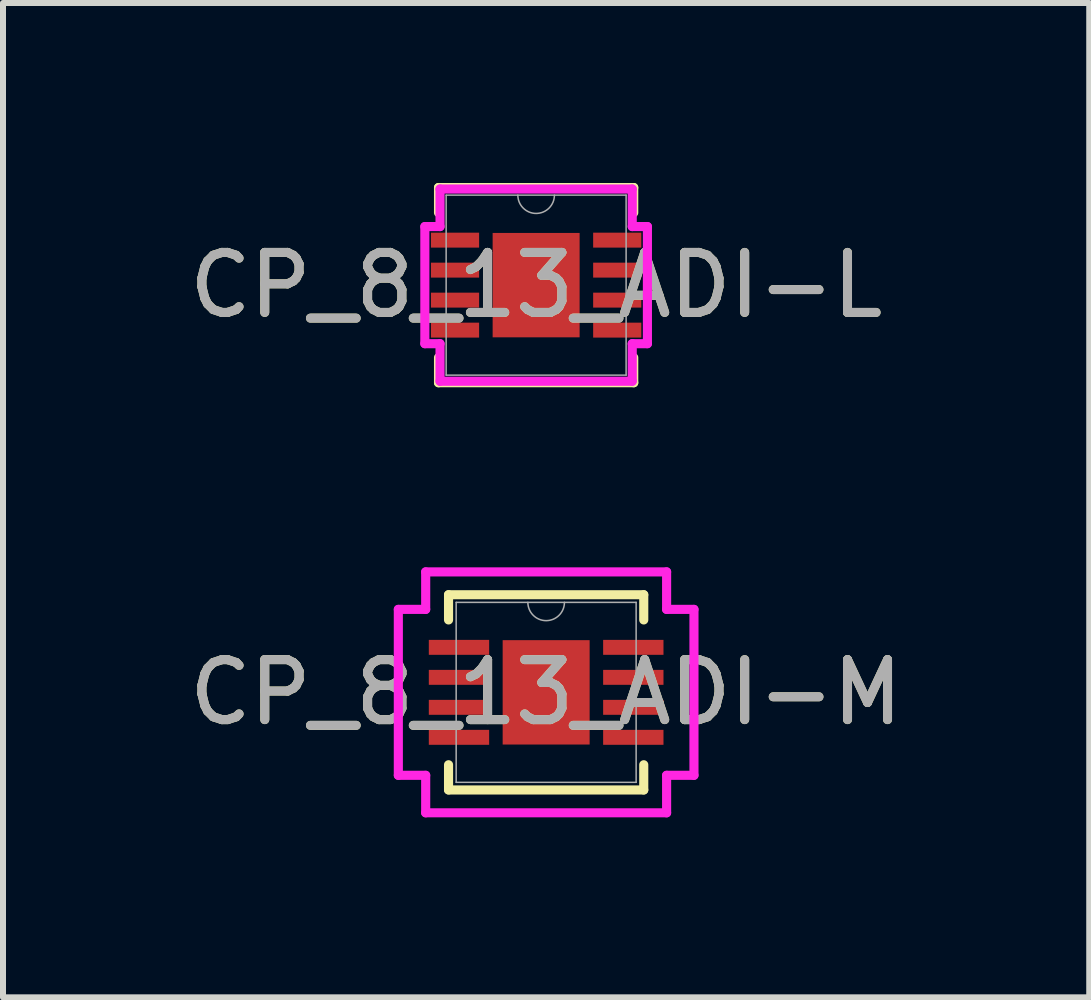
<source format=kicad_pcb>
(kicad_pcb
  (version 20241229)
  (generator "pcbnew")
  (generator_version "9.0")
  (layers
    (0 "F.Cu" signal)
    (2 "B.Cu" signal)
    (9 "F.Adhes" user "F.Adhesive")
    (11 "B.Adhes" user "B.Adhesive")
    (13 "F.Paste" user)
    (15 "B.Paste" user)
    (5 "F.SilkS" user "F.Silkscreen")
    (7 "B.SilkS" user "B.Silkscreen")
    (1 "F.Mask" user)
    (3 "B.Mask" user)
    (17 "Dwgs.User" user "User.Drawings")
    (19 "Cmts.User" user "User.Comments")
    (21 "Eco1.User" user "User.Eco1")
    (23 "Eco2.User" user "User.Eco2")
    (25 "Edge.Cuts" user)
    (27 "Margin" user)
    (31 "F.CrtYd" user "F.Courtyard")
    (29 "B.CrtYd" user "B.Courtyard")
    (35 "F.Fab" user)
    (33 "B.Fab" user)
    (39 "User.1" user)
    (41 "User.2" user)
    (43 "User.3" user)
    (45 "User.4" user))
  (footprint "CP_8_13_ADI-L"
    (layer "F.Cu")
    (at 5.887 1.703)
    (property "Reference" "CP_8_13_ADI-L" (at 0 0 0) (unlocked yes) (layer "F.SilkS") (effects (font (size 1 1) (thickness 0.15))))
    (attr smd)
    (fp_line (start -1.627 -1.627) (end -1.627 -1.207) (stroke (width 0.152) (type solid)) (layer "F.SilkS"))
    (fp_line (start -1.627 1.207) (end -1.627 1.627) (stroke (width 0.152) (type solid)) (layer "F.SilkS"))
    (fp_line (start -1.627 1.627) (end 1.627 1.627) (stroke (width 0.152) (type solid)) (layer "F.SilkS"))
    (fp_line (start 1.627 -1.627) (end -1.627 -1.627) (stroke (width 0.152) (type solid)) (layer "F.SilkS"))
    (fp_line (start 1.627 -1.207) (end 1.627 -1.627) (stroke (width 0.152) (type solid)) (layer "F.SilkS"))
    (fp_line (start 1.627 1.627) (end 1.627 1.207) (stroke (width 0.152) (type solid)) (layer "F.SilkS"))
    (fp_line (start -1.855 -0.976) (end -1.602 -0.976) (stroke (width 0.152) (type solid)) (layer "F.CrtYd"))
    (fp_line (start -1.855 0.976) (end -1.855 -0.976) (stroke (width 0.152) (type solid)) (layer "F.CrtYd"))
    (fp_line (start -1.855 0.976) (end -1.602 0.976) (stroke (width 0.152) (type solid)) (layer "F.CrtYd"))
    (fp_line (start -1.602 -1.602) (end 1.602 -1.602) (stroke (width 0.152) (type solid)) (layer "F.CrtYd"))
    (fp_line (start -1.602 -0.976) (end -1.602 -1.602) (stroke (width 0.152) (type solid)) (layer "F.CrtYd"))
    (fp_line (start -1.602 1.602) (end -1.602 0.976) (stroke (width 0.152) (type solid)) (layer "F.CrtYd"))
    (fp_line (start 1.602 -1.602) (end 1.602 -0.976) (stroke (width 0.152) (type solid)) (layer "F.CrtYd"))
    (fp_line (start 1.602 0.976) (end 1.602 1.602) (stroke (width 0.152) (type solid)) (layer "F.CrtYd"))
    (fp_line (start 1.602 1.602) (end -1.602 1.602) (stroke (width 0.152) (type solid)) (layer "F.CrtYd"))
    (fp_line (start 1.855 -0.976) (end 1.602 -0.976) (stroke (width 0.152) (type solid)) (layer "F.CrtYd"))
    (fp_line (start 1.855 -0.976) (end 1.855 0.976) (stroke (width 0.152) (type solid)) (layer "F.CrtYd"))
    (fp_line (start 1.855 0.976) (end 1.602 0.976) (stroke (width 0.152) (type solid)) (layer "F.CrtYd"))
    (fp_line (start -1.5 -1.5) (end -1.5 1.5) (stroke (width 0.025) (type solid)) (layer "F.Fab"))
    (fp_line (start -1.5 1.5) (end 1.5 1.5) (stroke (width 0.025) (type solid)) (layer "F.Fab"))
    (fp_line (start 1.5 -1.5) (end -1.5 -1.5) (stroke (width 0.025) (type solid)) (layer "F.Fab"))
    (fp_line (start 1.5 1.5) (end 1.5 -1.5) (stroke (width 0.025) (type solid)) (layer "F.Fab"))
    (fp_arc (start 0.3048 -1.5) (mid 0 -1.1952) (end -0.3048 -1.5) (stroke (width 0.0254) (type solid)) (layer "F.Fab"))
    (fp_text user "${REFERENCE}" (at 0 0 0) (unlocked yes) (layer "F.Fab") (effects (font (size 1 1) (thickness 0.15))))
    (pad "1" smd rect (at -1.352 -0.75) (size 0.803 0.249) (layers "F.Cu" "F.Mask" "F.Paste"))
    (pad "2" smd rect (at -1.352 -0.25) (size 0.803 0.249) (layers "F.Cu" "F.Mask" "F.Paste"))
    (pad "3" smd rect (at -1.352 0.25) (size 0.803 0.249) (layers "F.Cu" "F.Mask" "F.Paste"))
    (pad "4" smd rect (at -1.352 0.75) (size 0.803 0.249) (layers "F.Cu" "F.Mask" "F.Paste"))
    (pad "5" smd rect (at 1.352 0.75) (size 0.803 0.249) (layers "F.Cu" "F.Mask" "F.Paste"))
    (pad "6" smd rect (at 1.352 0.25) (size 0.803 0.249) (layers "F.Cu" "F.Mask" "F.Paste"))
    (pad "7" smd rect (at 1.352 -0.25) (size 0.803 0.249) (layers "F.Cu" "F.Mask" "F.Paste"))
    (pad "8" smd rect (at 1.352 -0.75) (size 0.803 0.249) (layers "F.Cu" "F.Mask" "F.Paste"))
    (pad "9" smd rect (at 0 0) (size 1.45 1.74) (layers "F.Cu" "F.Mask" "F.Paste")))
  (footprint "CP_8_13_ADI-M"
    (layer "F.Cu")
    (at 6.054 8.491)
    (property "Reference" "CP_8_13_ADI-M" (at 0 0 0) (unlocked yes) (layer "F.SilkS") (effects (font (size 1 1) (thickness 0.15))))
    (attr smd)
    (fp_line (start -1.627 -1.627) (end -1.627 -1.207) (stroke (width 0.152) (type solid)) (layer "F.SilkS"))
    (fp_line (start -1.627 1.207) (end -1.627 1.627) (stroke (width 0.152) (type solid)) (layer "F.SilkS"))
    (fp_line (start -1.627 1.627) (end 1.627 1.627) (stroke (width 0.152) (type solid)) (layer "F.SilkS"))
    (fp_line (start 1.627 -1.627) (end -1.627 -1.627) (stroke (width 0.152) (type solid)) (layer "F.SilkS"))
    (fp_line (start 1.627 -1.207) (end 1.627 -1.627) (stroke (width 0.152) (type solid)) (layer "F.SilkS"))
    (fp_line (start 1.627 1.627) (end 1.627 1.207) (stroke (width 0.152) (type solid)) (layer "F.SilkS"))
    (fp_line (start -2.464 -1.383) (end -2.008 -1.383) (stroke (width 0.152) (type solid)) (layer "F.CrtYd"))
    (fp_line (start -2.464 1.383) (end -2.464 -1.383) (stroke (width 0.152) (type solid)) (layer "F.CrtYd"))
    (fp_line (start -2.464 1.383) (end -2.008 1.383) (stroke (width 0.152) (type solid)) (layer "F.CrtYd"))
    (fp_line (start -2.008 -2.008) (end 2.008 -2.008) (stroke (width 0.152) (type solid)) (layer "F.CrtYd"))
    (fp_line (start -2.008 -1.383) (end -2.008 -2.008) (stroke (width 0.152) (type solid)) (layer "F.CrtYd"))
    (fp_line (start -2.008 2.008) (end -2.008 1.383) (stroke (width 0.152) (type solid)) (layer "F.CrtYd"))
    (fp_line (start 2.008 -2.008) (end 2.008 -1.383) (stroke (width 0.152) (type solid)) (layer "F.CrtYd"))
    (fp_line (start 2.008 1.383) (end 2.008 2.008) (stroke (width 0.152) (type solid)) (layer "F.CrtYd"))
    (fp_line (start 2.008 2.008) (end -2.008 2.008) (stroke (width 0.152) (type solid)) (layer "F.CrtYd"))
    (fp_line (start 2.464 -1.383) (end 2.008 -1.383) (stroke (width 0.152) (type solid)) (layer "F.CrtYd"))
    (fp_line (start 2.464 -1.383) (end 2.464 1.383) (stroke (width 0.152) (type solid)) (layer "F.CrtYd"))
    (fp_line (start 2.464 1.383) (end 2.008 1.383) (stroke (width 0.152) (type solid)) (layer "F.CrtYd"))
    (fp_line (start -1.5 -1.5) (end -1.5 1.5) (stroke (width 0.025) (type solid)) (layer "F.Fab"))
    (fp_line (start -1.5 1.5) (end 1.5 1.5) (stroke (width 0.025) (type solid)) (layer "F.Fab"))
    (fp_line (start 1.5 -1.5) (end -1.5 -1.5) (stroke (width 0.025) (type solid)) (layer "F.Fab"))
    (fp_line (start 1.5 1.5) (end 1.5 -1.5) (stroke (width 0.025) (type solid)) (layer "F.Fab"))
    (fp_arc (start 0.3048 -1.5) (mid 0 -1.1952) (end -0.3048 -1.5) (stroke (width 0.0254) (type solid)) (layer "F.Fab"))
    (fp_text user "${REFERENCE}" (at 0 0 0) (unlocked yes) (layer "F.Fab") (effects (font (size 1 1) (thickness 0.15))))
    (pad "1" smd rect (at -1.453 -0.75) (size 1.006 0.249) (layers "F.Cu" "F.Mask" "F.Paste"))
    (pad "2" smd rect (at -1.453 -0.25) (size 1.006 0.249) (layers "F.Cu" "F.Mask" "F.Paste"))
    (pad "3" smd rect (at -1.453 0.25) (size 1.006 0.249) (layers "F.Cu" "F.Mask" "F.Paste"))
    (pad "4" smd rect (at -1.453 0.75) (size 1.006 0.249) (layers "F.Cu" "F.Mask" "F.Paste"))
    (pad "5" smd rect (at 1.453 0.75) (size 1.006 0.249) (layers "F.Cu" "F.Mask" "F.Paste"))
    (pad "6" smd rect (at 1.453 0.25) (size 1.006 0.249) (layers "F.Cu" "F.Mask" "F.Paste"))
    (pad "7" smd rect (at 1.453 -0.25) (size 1.006 0.249) (layers "F.Cu" "F.Mask" "F.Paste"))
    (pad "8" smd rect (at 1.453 -0.75) (size 1.006 0.249) (layers "F.Cu" "F.Mask" "F.Paste"))
    (pad "9" smd rect (at 0 0) (size 1.45 1.74) (layers "F.Cu" "F.Mask" "F.Paste")))
  (gr_rect
    (start -3 -3)
    (end 15.107 13.575)
    (stroke (width 0.1) (type default))
    (fill no)
    (layer "Edge.Cuts")))
</source>
